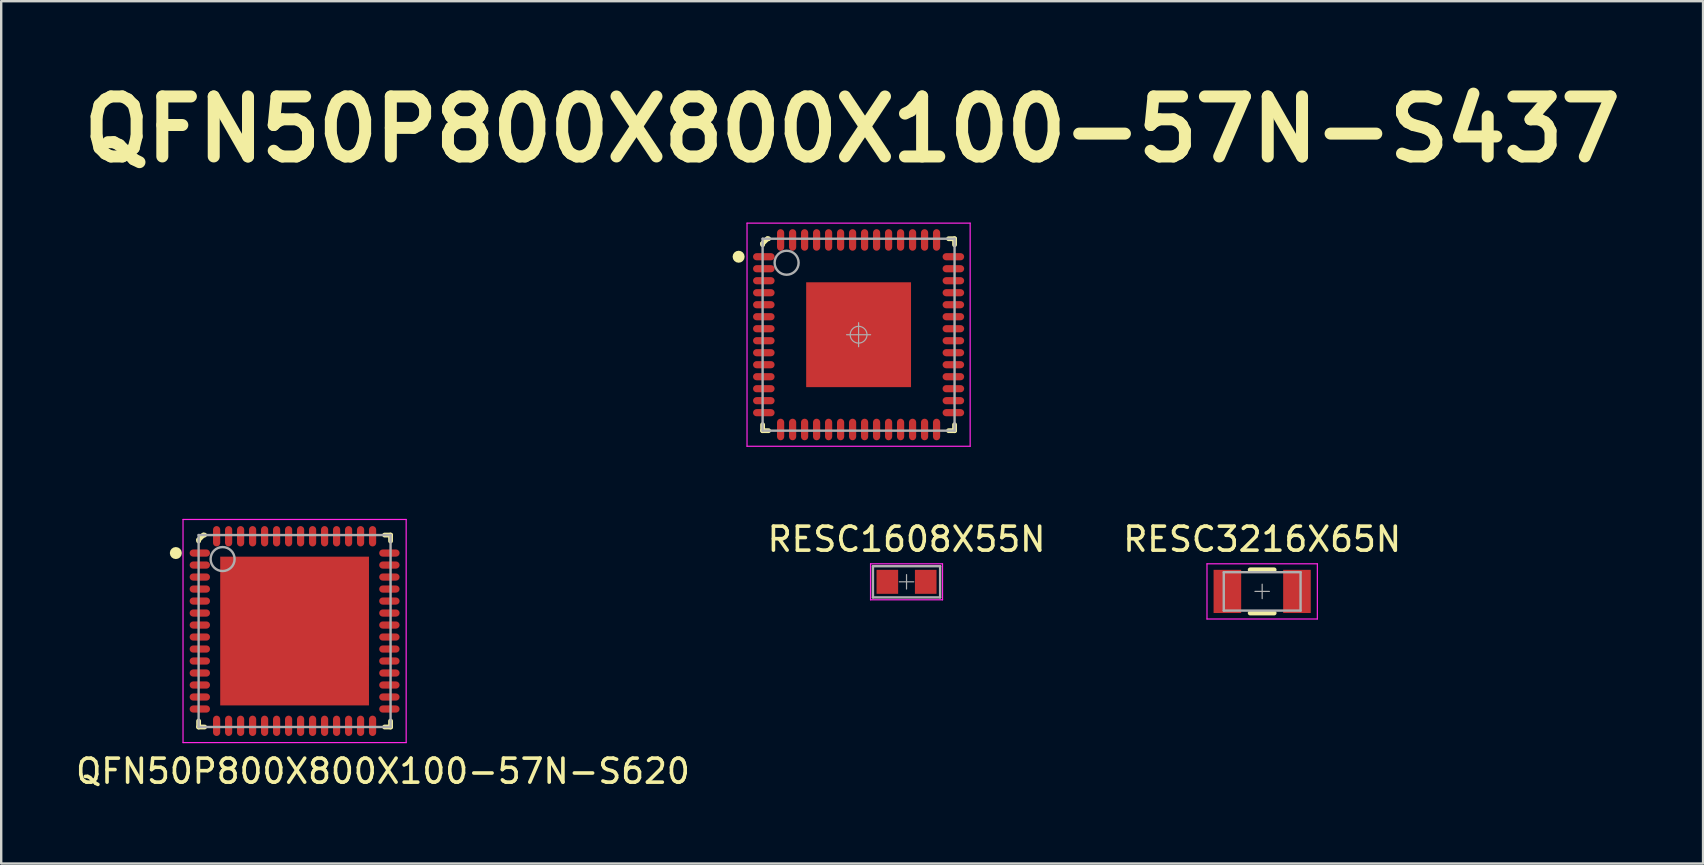
<source format=kicad_pcb>
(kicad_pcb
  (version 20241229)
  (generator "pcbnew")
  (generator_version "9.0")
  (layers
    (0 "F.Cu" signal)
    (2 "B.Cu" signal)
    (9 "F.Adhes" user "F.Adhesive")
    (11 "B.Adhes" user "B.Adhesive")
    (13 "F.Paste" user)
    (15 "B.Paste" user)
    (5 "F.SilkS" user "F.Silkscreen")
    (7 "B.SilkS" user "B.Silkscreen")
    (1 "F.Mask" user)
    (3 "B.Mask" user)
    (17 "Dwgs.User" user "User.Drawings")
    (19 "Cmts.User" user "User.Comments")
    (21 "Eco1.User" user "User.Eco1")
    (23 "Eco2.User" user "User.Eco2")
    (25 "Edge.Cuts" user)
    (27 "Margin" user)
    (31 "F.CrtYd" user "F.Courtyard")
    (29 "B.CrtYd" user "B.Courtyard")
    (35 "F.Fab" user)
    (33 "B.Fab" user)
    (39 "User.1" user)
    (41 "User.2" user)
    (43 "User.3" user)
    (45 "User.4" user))
  (footprint "QFN50P800X800X100-57N-S437"
    (layer "F.Cu")
    (at 32.734 10.9)
    (property "Reference" "QFN50P800X800X100-57N-S437" (at -0.269 -8.56 0) (layer "F.SilkS") (effects (font (size 2.5 2.5) (thickness 0.5))))
    (attr smd)
    (fp_line (start -4 -3.8) (end -3.8 -4) (stroke (width 0.2) (type solid)) (layer "F.SilkS"))
    (fp_line (start -4 -3.75) (end -4 -3.8) (stroke (width 0.2) (type solid)) (layer "F.SilkS"))
    (fp_line (start -4 4) (end -4 3.75) (stroke (width 0.2) (type solid)) (layer "F.SilkS"))
    (fp_line (start -4 4) (end -3.75 4) (stroke (width 0.2) (type solid)) (layer "F.SilkS"))
    (fp_line (start -3.8 -4) (end -3.75 -4) (stroke (width 0.2) (type solid)) (layer "F.SilkS"))
    (fp_line (start 3.75 -4) (end 4 -4) (stroke (width 0.2) (type solid)) (layer "F.SilkS"))
    (fp_line (start 3.75 4) (end 4 4) (stroke (width 0.2) (type solid)) (layer "F.SilkS"))
    (fp_line (start 4 -3.75) (end 4 -4) (stroke (width 0.2) (type solid)) (layer "F.SilkS"))
    (fp_line (start 4 4) (end 4 3.75) (stroke (width 0.2) (type solid)) (layer "F.SilkS"))
    (fp_circle (center -5 -3.25) (end -4.875 -3.25) (stroke (width 0.25) (type solid)) (fill no) (layer "F.SilkS"))
    (fp_line (start -4.65 -4.65) (end 4.65 -4.65) (stroke (width 0.05) (type solid)) (layer "F.CrtYd"))
    (fp_line (start -4.65 4.65) (end -4.65 -4.65) (stroke (width 0.05) (type solid)) (layer "F.CrtYd"))
    (fp_line (start -4.65 4.65) (end 4.65 4.65) (stroke (width 0.05) (type solid)) (layer "F.CrtYd"))
    (fp_line (start 4.65 4.65) (end 4.65 -4.65) (stroke (width 0.05) (type solid)) (layer "F.CrtYd"))
    (fp_line (start -4 -4) (end 4 -4) (stroke (width 0.1) (type solid)) (layer "F.Fab"))
    (fp_line (start -4 4) (end -4 -4) (stroke (width 0.1) (type solid)) (layer "F.Fab"))
    (fp_line (start -4 4) (end 4 4) (stroke (width 0.1) (type solid)) (layer "F.Fab"))
    (fp_line (start -0.5 0) (end 0.5 0) (stroke (width 0.05) (type solid)) (layer "F.Fab"))
    (fp_line (start 0 0.5) (end 0 -0.5) (stroke (width 0.05) (type solid)) (layer "F.Fab"))
    (fp_line (start 4 4) (end 4 -4) (stroke (width 0.1) (type solid)) (layer "F.Fab"))
    (fp_circle (center -3 -3) (end -2.5 -3) (stroke (width 0.1) (type solid)) (fill no) (layer "F.Fab"))
    (fp_circle (center 0 0) (end 0.35 0) (stroke (width 0.05) (type solid)) (fill no) (layer "F.Fab"))
    (pad "1" smd roundrect (at -3.95 -3.25) (size 0.9 0.3) (layers "F.Cu" "F.Mask" "F.Paste") (roundrect_rratio 0.5))
    (pad "2" smd roundrect (at -3.95 -2.75) (size 0.9 0.3) (layers "F.Cu" "F.Mask" "F.Paste") (roundrect_rratio 0.5))
    (pad "3" smd roundrect (at -3.95 -2.25) (size 0.9 0.3) (layers "F.Cu" "F.Mask" "F.Paste") (roundrect_rratio 0.5))
    (pad "4" smd roundrect (at -3.95 -1.75) (size 0.9 0.3) (layers "F.Cu" "F.Mask" "F.Paste") (roundrect_rratio 0.5))
    (pad "5" smd roundrect (at -3.95 -1.25) (size 0.9 0.3) (layers "F.Cu" "F.Mask" "F.Paste") (roundrect_rratio 0.5))
    (pad "6" smd roundrect (at -3.95 -0.75) (size 0.9 0.3) (layers "F.Cu" "F.Mask" "F.Paste") (roundrect_rratio 0.5))
    (pad "7" smd roundrect (at -3.95 -0.25) (size 0.9 0.3) (layers "F.Cu" "F.Mask" "F.Paste") (roundrect_rratio 0.5))
    (pad "8" smd roundrect (at -3.95 0.25) (size 0.9 0.3) (layers "F.Cu" "F.Mask" "F.Paste") (roundrect_rratio 0.5))
    (pad "9" smd roundrect (at -3.95 0.75) (size 0.9 0.3) (layers "F.Cu" "F.Mask" "F.Paste") (roundrect_rratio 0.5))
    (pad "10" smd roundrect (at -3.95 1.25) (size 0.9 0.3) (layers "F.Cu" "F.Mask" "F.Paste") (roundrect_rratio 0.5))
    (pad "11" smd roundrect (at -3.95 1.75) (size 0.9 0.3) (layers "F.Cu" "F.Mask" "F.Paste") (roundrect_rratio 0.5))
    (pad "12" smd roundrect (at -3.95 2.25) (size 0.9 0.3) (layers "F.Cu" "F.Mask" "F.Paste") (roundrect_rratio 0.5))
    (pad "13" smd roundrect (at -3.95 2.75) (size 0.9 0.3) (layers "F.Cu" "F.Mask" "F.Paste") (roundrect_rratio 0.5))
    (pad "14" smd roundrect (at -3.95 3.25) (size 0.9 0.3) (layers "F.Cu" "F.Mask" "F.Paste") (roundrect_rratio 0.5))
    (pad "15" smd roundrect (at -3.25 3.95 90) (size 0.9 0.3) (layers "F.Cu" "F.Mask" "F.Paste") (roundrect_rratio 0.5))
    (pad "16" smd roundrect (at -2.75 3.95 90) (size 0.9 0.3) (layers "F.Cu" "F.Mask" "F.Paste") (roundrect_rratio 0.5))
    (pad "17" smd roundrect (at -2.25 3.95 90) (size 0.9 0.3) (layers "F.Cu" "F.Mask" "F.Paste") (roundrect_rratio 0.5))
    (pad "18" smd roundrect (at -1.75 3.95 90) (size 0.9 0.3) (layers "F.Cu" "F.Mask" "F.Paste") (roundrect_rratio 0.5))
    (pad "19" smd roundrect (at -1.25 3.95 90) (size 0.9 0.3) (layers "F.Cu" "F.Mask" "F.Paste") (roundrect_rratio 0.5))
    (pad "20" smd roundrect (at -0.75 3.95 90) (size 0.9 0.3) (layers "F.Cu" "F.Mask" "F.Paste") (roundrect_rratio 0.5))
    (pad "21" smd roundrect (at -0.25 3.95 90) (size 0.9 0.3) (layers "F.Cu" "F.Mask" "F.Paste") (roundrect_rratio 0.5))
    (pad "22" smd roundrect (at 0.25 3.95 90) (size 0.9 0.3) (layers "F.Cu" "F.Mask" "F.Paste") (roundrect_rratio 0.5))
    (pad "23" smd roundrect (at 0.75 3.95 90) (size 0.9 0.3) (layers "F.Cu" "F.Mask" "F.Paste") (roundrect_rratio 0.5))
    (pad "24" smd roundrect (at 1.25 3.95 90) (size 0.9 0.3) (layers "F.Cu" "F.Mask" "F.Paste") (roundrect_rratio 0.5))
    (pad "25" smd roundrect (at 1.75 3.95 90) (size 0.9 0.3) (layers "F.Cu" "F.Mask" "F.Paste") (roundrect_rratio 0.5))
    (pad "26" smd roundrect (at 2.25 3.95 90) (size 0.9 0.3) (layers "F.Cu" "F.Mask" "F.Paste") (roundrect_rratio 0.5))
    (pad "27" smd roundrect (at 2.75 3.95 90) (size 0.9 0.3) (layers "F.Cu" "F.Mask" "F.Paste") (roundrect_rratio 0.5))
    (pad "28" smd roundrect (at 3.25 3.95 90) (size 0.9 0.3) (layers "F.Cu" "F.Mask" "F.Paste") (roundrect_rratio 0.5))
    (pad "29" smd roundrect (at 3.95 3.25) (size 0.9 0.3) (layers "F.Cu" "F.Mask" "F.Paste") (roundrect_rratio 0.5))
    (pad "30" smd roundrect (at 3.95 2.75) (size 0.9 0.3) (layers "F.Cu" "F.Mask" "F.Paste") (roundrect_rratio 0.5))
    (pad "31" smd roundrect (at 3.95 2.25) (size 0.9 0.3) (layers "F.Cu" "F.Mask" "F.Paste") (roundrect_rratio 0.5))
    (pad "32" smd roundrect (at 3.95 1.75) (size 0.9 0.3) (layers "F.Cu" "F.Mask" "F.Paste") (roundrect_rratio 0.5))
    (pad "33" smd roundrect (at 3.95 1.25) (size 0.9 0.3) (layers "F.Cu" "F.Mask" "F.Paste") (roundrect_rratio 0.5))
    (pad "34" smd roundrect (at 3.95 0.75) (size 0.9 0.3) (layers "F.Cu" "F.Mask" "F.Paste") (roundrect_rratio 0.5))
    (pad "35" smd roundrect (at 3.95 0.25) (size 0.9 0.3) (layers "F.Cu" "F.Mask" "F.Paste") (roundrect_rratio 0.5))
    (pad "36" smd roundrect (at 3.95 -0.25) (size 0.9 0.3) (layers "F.Cu" "F.Mask" "F.Paste") (roundrect_rratio 0.5))
    (pad "37" smd roundrect (at 3.95 -0.75) (size 0.9 0.3) (layers "F.Cu" "F.Mask" "F.Paste") (roundrect_rratio 0.5))
    (pad "38" smd roundrect (at 3.95 -1.25) (size 0.9 0.3) (layers "F.Cu" "F.Mask" "F.Paste") (roundrect_rratio 0.5))
    (pad "39" smd roundrect (at 3.95 -1.75) (size 0.9 0.3) (layers "F.Cu" "F.Mask" "F.Paste") (roundrect_rratio 0.5))
    (pad "40" smd roundrect (at 3.95 -2.25) (size 0.9 0.3) (layers "F.Cu" "F.Mask" "F.Paste") (roundrect_rratio 0.5))
    (pad "41" smd roundrect (at 3.95 -2.75) (size 0.9 0.3) (layers "F.Cu" "F.Mask" "F.Paste") (roundrect_rratio 0.5))
    (pad "42" smd roundrect (at 3.95 -3.25) (size 0.9 0.3) (layers "F.Cu" "F.Mask" "F.Paste") (roundrect_rratio 0.5))
    (pad "43" smd roundrect (at 3.25 -3.95 90) (size 0.9 0.3) (layers "F.Cu" "F.Mask" "F.Paste") (roundrect_rratio 0.5))
    (pad "44" smd roundrect (at 2.75 -3.95 90) (size 0.9 0.3) (layers "F.Cu" "F.Mask" "F.Paste") (roundrect_rratio 0.5))
    (pad "45" smd roundrect (at 2.25 -3.95 90) (size 0.9 0.3) (layers "F.Cu" "F.Mask" "F.Paste") (roundrect_rratio 0.5))
    (pad "46" smd roundrect (at 1.75 -3.95 90) (size 0.9 0.3) (layers "F.Cu" "F.Mask" "F.Paste") (roundrect_rratio 0.5))
    (pad "47" smd roundrect (at 1.25 -3.95 90) (size 0.9 0.3) (layers "F.Cu" "F.Mask" "F.Paste") (roundrect_rratio 0.5))
    (pad "48" smd roundrect (at 0.75 -3.95 90) (size 0.9 0.3) (layers "F.Cu" "F.Mask" "F.Paste") (roundrect_rratio 0.5))
    (pad "49" smd roundrect (at 0.25 -3.95 90) (size 0.9 0.3) (layers "F.Cu" "F.Mask" "F.Paste") (roundrect_rratio 0.5))
    (pad "50" smd roundrect (at -0.25 -3.95 90) (size 0.9 0.3) (layers "F.Cu" "F.Mask" "F.Paste") (roundrect_rratio 0.5))
    (pad "51" smd roundrect (at -0.75 -3.95 90) (size 0.9 0.3) (layers "F.Cu" "F.Mask" "F.Paste") (roundrect_rratio 0.5))
    (pad "52" smd roundrect (at -1.25 -3.95 90) (size 0.9 0.3) (layers "F.Cu" "F.Mask" "F.Paste") (roundrect_rratio 0.5))
    (pad "53" smd roundrect (at -1.75 -3.95 90) (size 0.9 0.3) (layers "F.Cu" "F.Mask" "F.Paste") (roundrect_rratio 0.5))
    (pad "54" smd roundrect (at -2.25 -3.95 90) (size 0.9 0.3) (layers "F.Cu" "F.Mask" "F.Paste") (roundrect_rratio 0.5))
    (pad "55" smd roundrect (at -2.75 -3.95 90) (size 0.9 0.3) (layers "F.Cu" "F.Mask" "F.Paste") (roundrect_rratio 0.5))
    (pad "56" smd roundrect (at -3.25 -3.95 90) (size 0.9 0.3) (layers "F.Cu" "F.Mask" "F.Paste") (roundrect_rratio 0.5))
    (pad "57" smd rect (at 0 0) (size 4.37 4.37) (layers "F.Cu" "F.Mask" "F.Paste")))
  (footprint "RESC1608X55N"
    (layer "F.Cu")
    (at 34.732 21.199)
    (property "Reference" "RESC1608X55N" (at 0 -1.776 0) (layer "F.SilkS") (effects (font (size 1 1) (thickness 0.15))))
    (attr smd)
    (fp_line (start -1.5 -0.75) (end 1.5 -0.75) (stroke (width 0.05) (type solid)) (layer "F.CrtYd"))
    (fp_line (start -1.5 0.75) (end -1.5 -0.75) (stroke (width 0.05) (type solid)) (layer "F.CrtYd"))
    (fp_line (start -1.5 0.75) (end 1.5 0.75) (stroke (width 0.05) (type solid)) (layer "F.CrtYd"))
    (fp_line (start 1.5 0.75) (end 1.5 -0.75) (stroke (width 0.05) (type solid)) (layer "F.CrtYd"))
    (fp_line (start -1.4 -0.65) (end 1.4 -0.65) (stroke (width 0.1) (type solid)) (layer "F.Fab"))
    (fp_line (start -1.4 0.65) (end -1.4 -0.65) (stroke (width 0.1) (type solid)) (layer "F.Fab"))
    (fp_line (start -1.4 0.65) (end 1.4 0.65) (stroke (width 0.1) (type solid)) (layer "F.Fab"))
    (fp_line (start -0.3 0) (end 0.3 0) (stroke (width 0.05) (type solid)) (layer "F.Fab"))
    (fp_line (start 0 0.3) (end 0 -0.3) (stroke (width 0.05) (type solid)) (layer "F.Fab"))
    (fp_line (start 1.4 0.65) (end 1.4 -0.65) (stroke (width 0.1) (type solid)) (layer "F.Fab"))
    (pad "1" smd rect (at -0.8 0) (size 0.9 1) (layers "F.Cu" "F.Mask" "F.Paste"))
    (pad "2" smd rect (at 0.8 0) (size 0.9 1) (layers "F.Cu" "F.Mask" "F.Paste")))
  (footprint "QFN50P800X800X100-57N-S620"
    (layer "F.Cu")
    (at 9.228 23.25)
    (property "Reference" "QFN50P800X800X100-57N-S620" (at 3.683 5.842 0) (layer "F.SilkS") (effects (font (size 1 1) (thickness 0.15))))
    (attr smd)
    (fp_line (start -4 -3.8) (end -3.8 -4) (stroke (width 0.2) (type solid)) (layer "F.SilkS"))
    (fp_line (start -4 -3.75) (end -4 -3.8) (stroke (width 0.2) (type solid)) (layer "F.SilkS"))
    (fp_line (start -4 4) (end -4 3.75) (stroke (width 0.2) (type solid)) (layer "F.SilkS"))
    (fp_line (start -4 4) (end -3.75 4) (stroke (width 0.2) (type solid)) (layer "F.SilkS"))
    (fp_line (start -3.8 -4) (end -3.75 -4) (stroke (width 0.2) (type solid)) (layer "F.SilkS"))
    (fp_line (start 3.75 -4) (end 4 -4) (stroke (width 0.2) (type solid)) (layer "F.SilkS"))
    (fp_line (start 3.75 4) (end 4 4) (stroke (width 0.2) (type solid)) (layer "F.SilkS"))
    (fp_line (start 4 -3.75) (end 4 -4) (stroke (width 0.2) (type solid)) (layer "F.SilkS"))
    (fp_line (start 4 4) (end 4 3.75) (stroke (width 0.2) (type solid)) (layer "F.SilkS"))
    (fp_circle (center -4.95 -3.25) (end -4.825 -3.25) (stroke (width 0.25) (type solid)) (fill no) (layer "F.SilkS"))
    (fp_line (start -4.65 -4.65) (end 4.65 -4.65) (stroke (width 0.05) (type solid)) (layer "F.CrtYd"))
    (fp_line (start -4.65 4.65) (end -4.65 -4.65) (stroke (width 0.05) (type solid)) (layer "F.CrtYd"))
    (fp_line (start -4.65 4.65) (end 4.65 4.65) (stroke (width 0.05) (type solid)) (layer "F.CrtYd"))
    (fp_line (start 4.65 4.65) (end 4.65 -4.65) (stroke (width 0.05) (type solid)) (layer "F.CrtYd"))
    (fp_line (start -4 -4) (end 4 -4) (stroke (width 0.1) (type solid)) (layer "F.Fab"))
    (fp_line (start -4 4) (end -4 -4) (stroke (width 0.1) (type solid)) (layer "F.Fab"))
    (fp_line (start -4 4) (end 4 4) (stroke (width 0.1) (type solid)) (layer "F.Fab"))
    (fp_line (start 4 4) (end 4 -4) (stroke (width 0.1) (type solid)) (layer "F.Fab"))
    (fp_circle (center -3 -3) (end -2.5 -3) (stroke (width 0.1) (type solid)) (fill no) (layer "F.Fab"))
    (pad "1" smd roundrect (at -3.95 -3.25) (size 0.85 0.3) (layers "F.Cu" "F.Mask" "F.Paste") (roundrect_rratio 0.5))
    (pad "2" smd roundrect (at -3.95 -2.75) (size 0.85 0.3) (layers "F.Cu" "F.Mask" "F.Paste") (roundrect_rratio 0.5))
    (pad "3" smd roundrect (at -3.95 -2.25) (size 0.85 0.3) (layers "F.Cu" "F.Mask" "F.Paste") (roundrect_rratio 0.5))
    (pad "4" smd roundrect (at -3.95 -1.75) (size 0.85 0.3) (layers "F.Cu" "F.Mask" "F.Paste") (roundrect_rratio 0.5))
    (pad "5" smd roundrect (at -3.95 -1.25) (size 0.85 0.3) (layers "F.Cu" "F.Mask" "F.Paste") (roundrect_rratio 0.5))
    (pad "6" smd roundrect (at -3.95 -0.75) (size 0.85 0.3) (layers "F.Cu" "F.Mask" "F.Paste") (roundrect_rratio 0.5))
    (pad "7" smd roundrect (at -3.95 -0.25) (size 0.85 0.3) (layers "F.Cu" "F.Mask" "F.Paste") (roundrect_rratio 0.5))
    (pad "8" smd roundrect (at -3.95 0.25) (size 0.85 0.3) (layers "F.Cu" "F.Mask" "F.Paste") (roundrect_rratio 0.5))
    (pad "9" smd roundrect (at -3.95 0.75) (size 0.85 0.3) (layers "F.Cu" "F.Mask" "F.Paste") (roundrect_rratio 0.5))
    (pad "10" smd roundrect (at -3.95 1.25) (size 0.85 0.3) (layers "F.Cu" "F.Mask" "F.Paste") (roundrect_rratio 0.5))
    (pad "11" smd roundrect (at -3.95 1.75) (size 0.85 0.3) (layers "F.Cu" "F.Mask" "F.Paste") (roundrect_rratio 0.5))
    (pad "12" smd roundrect (at -3.95 2.25) (size 0.85 0.3) (layers "F.Cu" "F.Mask" "F.Paste") (roundrect_rratio 0.5))
    (pad "13" smd roundrect (at -3.95 2.75) (size 0.85 0.3) (layers "F.Cu" "F.Mask" "F.Paste") (roundrect_rratio 0.5))
    (pad "14" smd roundrect (at -3.95 3.25) (size 0.85 0.3) (layers "F.Cu" "F.Mask" "F.Paste") (roundrect_rratio 0.5))
    (pad "15" smd roundrect (at -3.25 3.95 90) (size 0.85 0.3) (layers "F.Cu" "F.Mask" "F.Paste") (roundrect_rratio 0.5))
    (pad "16" smd roundrect (at -2.75 3.95 90) (size 0.85 0.3) (layers "F.Cu" "F.Mask" "F.Paste") (roundrect_rratio 0.5))
    (pad "17" smd roundrect (at -2.25 3.95 90) (size 0.85 0.3) (layers "F.Cu" "F.Mask" "F.Paste") (roundrect_rratio 0.5))
    (pad "18" smd roundrect (at -1.75 3.95 90) (size 0.85 0.3) (layers "F.Cu" "F.Mask" "F.Paste") (roundrect_rratio 0.5))
    (pad "19" smd roundrect (at -1.25 3.95 90) (size 0.85 0.3) (layers "F.Cu" "F.Mask" "F.Paste") (roundrect_rratio 0.5))
    (pad "20" smd roundrect (at -0.75 3.95 90) (size 0.85 0.3) (layers "F.Cu" "F.Mask" "F.Paste") (roundrect_rratio 0.5))
    (pad "21" smd roundrect (at -0.25 3.95 90) (size 0.85 0.3) (layers "F.Cu" "F.Mask" "F.Paste") (roundrect_rratio 0.5))
    (pad "22" smd roundrect (at 0.25 3.95 90) (size 0.85 0.3) (layers "F.Cu" "F.Mask" "F.Paste") (roundrect_rratio 0.5))
    (pad "23" smd roundrect (at 0.75 3.95 90) (size 0.85 0.3) (layers "F.Cu" "F.Mask" "F.Paste") (roundrect_rratio 0.5))
    (pad "24" smd roundrect (at 1.25 3.95 90) (size 0.85 0.3) (layers "F.Cu" "F.Mask" "F.Paste") (roundrect_rratio 0.5))
    (pad "25" smd roundrect (at 1.75 3.95 90) (size 0.85 0.3) (layers "F.Cu" "F.Mask" "F.Paste") (roundrect_rratio 0.5))
    (pad "26" smd roundrect (at 2.25 3.95 90) (size 0.85 0.3) (layers "F.Cu" "F.Mask" "F.Paste") (roundrect_rratio 0.5))
    (pad "27" smd roundrect (at 2.75 3.95 90) (size 0.85 0.3) (layers "F.Cu" "F.Mask" "F.Paste") (roundrect_rratio 0.5))
    (pad "28" smd roundrect (at 3.25 3.95 90) (size 0.85 0.3) (layers "F.Cu" "F.Mask" "F.Paste") (roundrect_rratio 0.5))
    (pad "29" smd roundrect (at 3.95 3.25) (size 0.85 0.3) (layers "F.Cu" "F.Mask" "F.Paste") (roundrect_rratio 0.5))
    (pad "30" smd roundrect (at 3.95 2.75) (size 0.85 0.3) (layers "F.Cu" "F.Mask" "F.Paste") (roundrect_rratio 0.5))
    (pad "31" smd roundrect (at 3.95 2.25) (size 0.85 0.3) (layers "F.Cu" "F.Mask" "F.Paste") (roundrect_rratio 0.5))
    (pad "32" smd roundrect (at 3.95 1.75) (size 0.85 0.3) (layers "F.Cu" "F.Mask" "F.Paste") (roundrect_rratio 0.5))
    (pad "33" smd roundrect (at 3.95 1.25) (size 0.85 0.3) (layers "F.Cu" "F.Mask" "F.Paste") (roundrect_rratio 0.5))
    (pad "34" smd roundrect (at 3.95 0.75) (size 0.85 0.3) (layers "F.Cu" "F.Mask" "F.Paste") (roundrect_rratio 0.5))
    (pad "35" smd roundrect (at 3.95 0.25) (size 0.85 0.3) (layers "F.Cu" "F.Mask" "F.Paste") (roundrect_rratio 0.5))
    (pad "36" smd roundrect (at 3.95 -0.25) (size 0.85 0.3) (layers "F.Cu" "F.Mask" "F.Paste") (roundrect_rratio 0.5))
    (pad "37" smd roundrect (at 3.95 -0.75) (size 0.85 0.3) (layers "F.Cu" "F.Mask" "F.Paste") (roundrect_rratio 0.5))
    (pad "38" smd roundrect (at 3.95 -1.25) (size 0.85 0.3) (layers "F.Cu" "F.Mask" "F.Paste") (roundrect_rratio 0.5))
    (pad "39" smd roundrect (at 3.95 -1.75) (size 0.85 0.3) (layers "F.Cu" "F.Mask" "F.Paste") (roundrect_rratio 0.5))
    (pad "40" smd roundrect (at 3.95 -2.25) (size 0.85 0.3) (layers "F.Cu" "F.Mask" "F.Paste") (roundrect_rratio 0.5))
    (pad "41" smd roundrect (at 3.95 -2.75) (size 0.85 0.3) (layers "F.Cu" "F.Mask" "F.Paste") (roundrect_rratio 0.5))
    (pad "42" smd roundrect (at 3.95 -3.25) (size 0.85 0.3) (layers "F.Cu" "F.Mask" "F.Paste") (roundrect_rratio 0.5))
    (pad "43" smd roundrect (at 3.25 -3.95 90) (size 0.85 0.3) (layers "F.Cu" "F.Mask" "F.Paste") (roundrect_rratio 0.5))
    (pad "44" smd roundrect (at 2.75 -3.95 90) (size 0.85 0.3) (layers "F.Cu" "F.Mask" "F.Paste") (roundrect_rratio 0.5))
    (pad "45" smd roundrect (at 2.25 -3.95 90) (size 0.85 0.3) (layers "F.Cu" "F.Mask" "F.Paste") (roundrect_rratio 0.5))
    (pad "46" smd roundrect (at 1.75 -3.95 90) (size 0.85 0.3) (layers "F.Cu" "F.Mask" "F.Paste") (roundrect_rratio 0.5))
    (pad "47" smd roundrect (at 1.25 -3.95 90) (size 0.85 0.3) (layers "F.Cu" "F.Mask" "F.Paste") (roundrect_rratio 0.5))
    (pad "48" smd roundrect (at 0.75 -3.95 90) (size 0.85 0.3) (layers "F.Cu" "F.Mask" "F.Paste") (roundrect_rratio 0.5))
    (pad "49" smd roundrect (at 0.25 -3.95 90) (size 0.85 0.3) (layers "F.Cu" "F.Mask" "F.Paste") (roundrect_rratio 0.5))
    (pad "50" smd roundrect (at -0.25 -3.95 90) (size 0.85 0.3) (layers "F.Cu" "F.Mask" "F.Paste") (roundrect_rratio 0.5))
    (pad "51" smd roundrect (at -0.75 -3.95 90) (size 0.85 0.3) (layers "F.Cu" "F.Mask" "F.Paste") (roundrect_rratio 0.5))
    (pad "52" smd roundrect (at -1.25 -3.95 90) (size 0.85 0.3) (layers "F.Cu" "F.Mask" "F.Paste") (roundrect_rratio 0.5))
    (pad "53" smd roundrect (at -1.75 -3.95 90) (size 0.85 0.3) (layers "F.Cu" "F.Mask" "F.Paste") (roundrect_rratio 0.5))
    (pad "54" smd roundrect (at -2.25 -3.95 90) (size 0.85 0.3) (layers "F.Cu" "F.Mask" "F.Paste") (roundrect_rratio 0.5))
    (pad "55" smd roundrect (at -2.75 -3.95 90) (size 0.85 0.3) (layers "F.Cu" "F.Mask" "F.Paste") (roundrect_rratio 0.5))
    (pad "56" smd roundrect (at -3.25 -3.95 90) (size 0.85 0.3) (layers "F.Cu" "F.Mask" "F.Paste") (roundrect_rratio 0.5))
    (pad "57" smd rect (at 0 0) (size 6.2 6.2) (layers "F.Cu" "F.Mask" "F.Paste")))
  (footprint "RESC3216X65N"
    (layer "F.Cu")
    (at 49.554 21.599)
    (property "Reference" "RESC3216X65N" (at 0 -2.176 0) (layer "F.SilkS") (effects (font (size 1 1) (thickness 0.15))))
    (attr smd)
    (fp_line (start -0.5 -0.9) (end 0.5 -0.9) (stroke (width 0.2) (type solid)) (layer "F.SilkS"))
    (fp_line (start -0.5 0.9) (end 0.5 0.9) (stroke (width 0.2) (type solid)) (layer "F.SilkS"))
    (fp_line (start -2.3 -1.15) (end 2.3 -1.15) (stroke (width 0.05) (type solid)) (layer "F.CrtYd"))
    (fp_line (start -2.3 1.15) (end -2.3 -1.15) (stroke (width 0.05) (type solid)) (layer "F.CrtYd"))
    (fp_line (start -2.3 1.15) (end 2.3 1.15) (stroke (width 0.05) (type solid)) (layer "F.CrtYd"))
    (fp_line (start 2.3 1.15) (end 2.3 -1.15) (stroke (width 0.05) (type solid)) (layer "F.CrtYd"))
    (fp_line (start -1.6 -0.8) (end 1.6 -0.8) (stroke (width 0.1) (type solid)) (layer "F.Fab"))
    (fp_line (start -1.6 0.8) (end -1.6 -0.8) (stroke (width 0.1) (type solid)) (layer "F.Fab"))
    (fp_line (start -1.6 0.8) (end 1.6 0.8) (stroke (width 0.1) (type solid)) (layer "F.Fab"))
    (fp_line (start -0.3 0) (end 0.3 0) (stroke (width 0.05) (type solid)) (layer "F.Fab"))
    (fp_line (start 0 0.3) (end 0 -0.3) (stroke (width 0.05) (type solid)) (layer "F.Fab"))
    (fp_line (start 1.6 0.8) (end 1.6 -0.8) (stroke (width 0.1) (type solid)) (layer "F.Fab"))
    (pad "1" smd rect (at -1.45 0) (size 1.15 1.8) (layers "F.Cu" "F.Mask" "F.Paste"))
    (pad "2" smd rect (at 1.45 0) (size 1.15 1.8) (layers "F.Cu" "F.Mask" "F.Paste")))
  (gr_rect
    (start -3 -3)
    (end 67.929 32.94)
    (stroke (width 0.1) (type default))
    (fill no)
    (layer "Edge.Cuts")))
</source>
